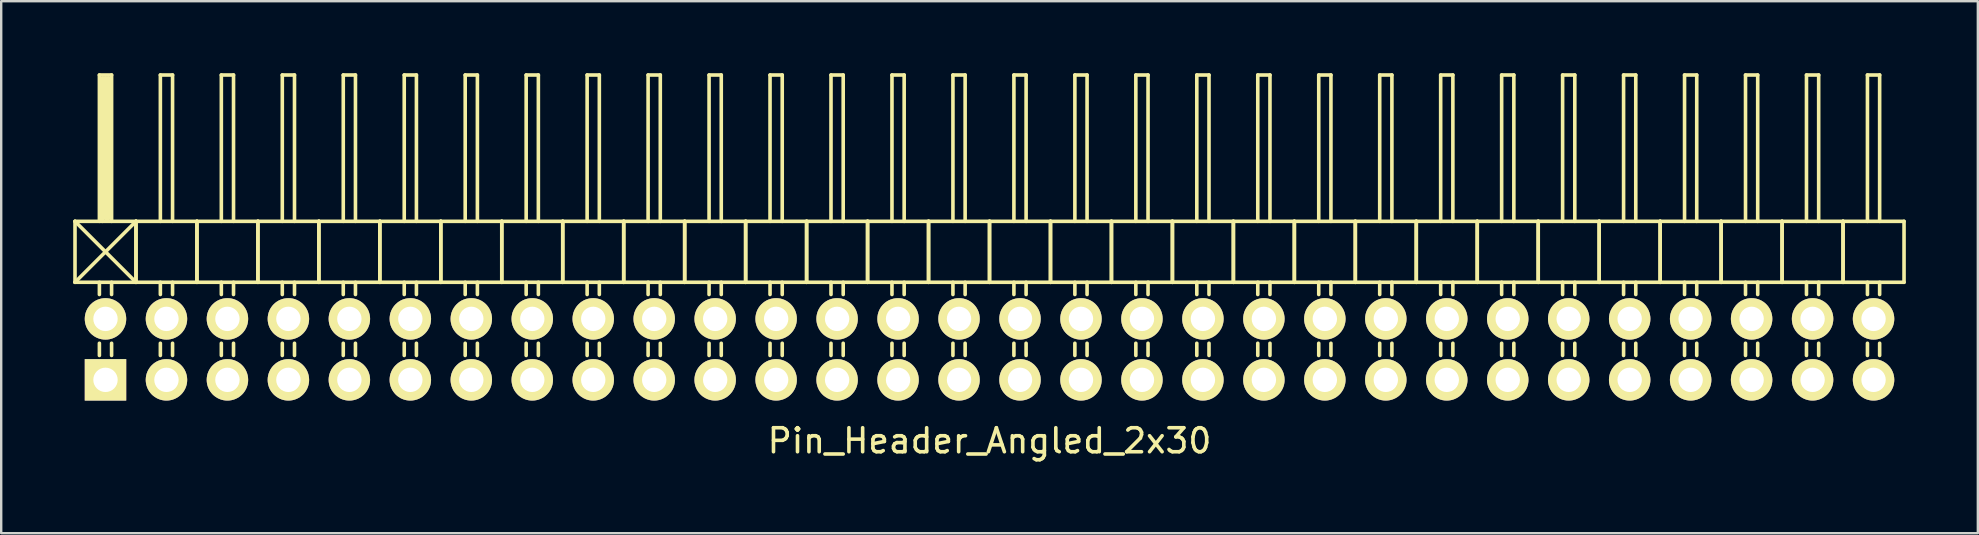
<source format=kicad_pcb>
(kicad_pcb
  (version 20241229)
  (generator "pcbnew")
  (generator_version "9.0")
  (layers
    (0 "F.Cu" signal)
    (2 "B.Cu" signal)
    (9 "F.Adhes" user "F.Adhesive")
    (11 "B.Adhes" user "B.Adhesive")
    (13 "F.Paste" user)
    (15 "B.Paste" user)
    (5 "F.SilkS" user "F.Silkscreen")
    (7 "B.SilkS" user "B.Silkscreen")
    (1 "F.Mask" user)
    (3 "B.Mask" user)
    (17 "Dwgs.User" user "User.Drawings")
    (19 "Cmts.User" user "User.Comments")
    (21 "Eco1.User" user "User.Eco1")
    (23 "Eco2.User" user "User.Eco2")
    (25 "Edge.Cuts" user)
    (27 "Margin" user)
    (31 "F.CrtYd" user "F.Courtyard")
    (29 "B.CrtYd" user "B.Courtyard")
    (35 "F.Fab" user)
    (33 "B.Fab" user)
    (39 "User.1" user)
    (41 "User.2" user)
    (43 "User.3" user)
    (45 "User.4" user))
  (footprint "Pin_Header_Angled_2x30"
    (layer "F.Cu")
    (at 38.175 11.505)
    (property "Reference" "Pin_Header_Angled_2x30" (at 0 3.81 0) (layer "F.SilkS") (effects (font (size 1 1) (thickness 0.15))))
    (attr through_hole)
    (fp_line (start -38.1 -5.334) (end -35.56 -2.794) (stroke (width 0.15) (type solid)) (layer "F.SilkS"))
    (fp_line (start -38.1 -2.794) (end -38.1 -5.334) (stroke (width 0.15) (type solid)) (layer "F.SilkS"))
    (fp_line (start -38.1 -2.794) (end -35.56 -5.334) (stroke (width 0.15) (type solid)) (layer "F.SilkS"))
    (fp_line (start -38.1 -2.794) (end -35.56 -2.794) (stroke (width 0.15) (type solid)) (layer "F.SilkS"))
    (fp_line (start -37.084 -11.43) (end -36.576 -11.43) (stroke (width 0.15) (type solid)) (layer "F.SilkS"))
    (fp_line (start -37.084 -5.334) (end -37.084 -11.43) (stroke (width 0.15) (type solid)) (layer "F.SilkS"))
    (fp_line (start -37.084 -2.794) (end -37.084 -2.286) (stroke (width 0.15) (type solid)) (layer "F.SilkS"))
    (fp_line (start -37.084 -0.254) (end -37.084 0.254) (stroke (width 0.15) (type solid)) (layer "F.SilkS"))
    (fp_line (start -36.957 -11.303) (end -36.703 -11.303) (stroke (width 0.15) (type solid)) (layer "F.SilkS"))
    (fp_line (start -36.957 -5.334) (end -36.957 -11.303) (stroke (width 0.15) (type solid)) (layer "F.SilkS"))
    (fp_line (start -36.83 -5.461) (end -36.83 -11.303) (stroke (width 0.15) (type solid)) (layer "F.SilkS"))
    (fp_line (start -36.703 -11.303) (end -36.703 -5.461) (stroke (width 0.15) (type solid)) (layer "F.SilkS"))
    (fp_line (start -36.703 -5.461) (end -36.83 -5.461) (stroke (width 0.15) (type solid)) (layer "F.SilkS"))
    (fp_line (start -36.576 -11.43) (end -36.576 -5.334) (stroke (width 0.15) (type solid)) (layer "F.SilkS"))
    (fp_line (start -36.576 -2.794) (end -36.576 -2.286) (stroke (width 0.15) (type solid)) (layer "F.SilkS"))
    (fp_line (start -36.576 -0.254) (end -36.576 0.254) (stroke (width 0.15) (type solid)) (layer "F.SilkS"))
    (fp_line (start -35.56 -5.334) (end -38.1 -5.334) (stroke (width 0.15) (type solid)) (layer "F.SilkS"))
    (fp_line (start -35.56 -2.794) (end -35.56 -5.334) (stroke (width 0.15) (type solid)) (layer "F.SilkS"))
    (fp_line (start -35.56 -2.794) (end -35.56 -5.334) (stroke (width 0.15) (type solid)) (layer "F.SilkS"))
    (fp_line (start -35.56 -2.794) (end -33.02 -2.794) (stroke (width 0.15) (type solid)) (layer "F.SilkS"))
    (fp_line (start -34.544 -11.43) (end -34.036 -11.43) (stroke (width 0.15) (type solid)) (layer "F.SilkS"))
    (fp_line (start -34.544 -5.334) (end -34.544 -11.43) (stroke (width 0.15) (type solid)) (layer "F.SilkS"))
    (fp_line (start -34.544 -2.794) (end -34.544 -2.286) (stroke (width 0.15) (type solid)) (layer "F.SilkS"))
    (fp_line (start -34.544 -0.254) (end -34.544 0.254) (stroke (width 0.15) (type solid)) (layer "F.SilkS"))
    (fp_line (start -34.036 -11.43) (end -34.036 -5.334) (stroke (width 0.15) (type solid)) (layer "F.SilkS"))
    (fp_line (start -34.036 -2.794) (end -34.036 -2.286) (stroke (width 0.15) (type solid)) (layer "F.SilkS"))
    (fp_line (start -34.036 -0.254) (end -34.036 0.254) (stroke (width 0.15) (type solid)) (layer "F.SilkS"))
    (fp_line (start -33.02 -5.334) (end -35.56 -5.334) (stroke (width 0.15) (type solid)) (layer "F.SilkS"))
    (fp_line (start -33.02 -2.794) (end -33.02 -5.334) (stroke (width 0.15) (type solid)) (layer "F.SilkS"))
    (fp_line (start -33.02 -2.794) (end -33.02 -5.334) (stroke (width 0.15) (type solid)) (layer "F.SilkS"))
    (fp_line (start -33.02 -2.794) (end -30.48 -2.794) (stroke (width 0.15) (type solid)) (layer "F.SilkS"))
    (fp_line (start -32.004 -11.43) (end -31.496 -11.43) (stroke (width 0.15) (type solid)) (layer "F.SilkS"))
    (fp_line (start -32.004 -5.334) (end -32.004 -11.43) (stroke (width 0.15) (type solid)) (layer "F.SilkS"))
    (fp_line (start -32.004 -2.794) (end -32.004 -2.286) (stroke (width 0.15) (type solid)) (layer "F.SilkS"))
    (fp_line (start -32.004 -0.254) (end -32.004 0.254) (stroke (width 0.15) (type solid)) (layer "F.SilkS"))
    (fp_line (start -31.496 -11.43) (end -31.496 -5.334) (stroke (width 0.15) (type solid)) (layer "F.SilkS"))
    (fp_line (start -31.496 -2.794) (end -31.496 -2.286) (stroke (width 0.15) (type solid)) (layer "F.SilkS"))
    (fp_line (start -31.496 -0.254) (end -31.496 0.254) (stroke (width 0.15) (type solid)) (layer "F.SilkS"))
    (fp_line (start -30.48 -5.334) (end -33.02 -5.334) (stroke (width 0.15) (type solid)) (layer "F.SilkS"))
    (fp_line (start -30.48 -2.794) (end -30.48 -5.334) (stroke (width 0.15) (type solid)) (layer "F.SilkS"))
    (fp_line (start -30.48 -2.794) (end -30.48 -5.334) (stroke (width 0.15) (type solid)) (layer "F.SilkS"))
    (fp_line (start -30.48 -2.794) (end -27.94 -2.794) (stroke (width 0.15) (type solid)) (layer "F.SilkS"))
    (fp_line (start -29.464 -11.43) (end -28.956 -11.43) (stroke (width 0.15) (type solid)) (layer "F.SilkS"))
    (fp_line (start -29.464 -5.334) (end -29.464 -11.43) (stroke (width 0.15) (type solid)) (layer "F.SilkS"))
    (fp_line (start -29.464 -2.794) (end -29.464 -2.286) (stroke (width 0.15) (type solid)) (layer "F.SilkS"))
    (fp_line (start -29.464 -0.254) (end -29.464 0.254) (stroke (width 0.15) (type solid)) (layer "F.SilkS"))
    (fp_line (start -28.956 -11.43) (end -28.956 -5.334) (stroke (width 0.15) (type solid)) (layer "F.SilkS"))
    (fp_line (start -28.956 -2.794) (end -28.956 -2.286) (stroke (width 0.15) (type solid)) (layer "F.SilkS"))
    (fp_line (start -28.956 -0.254) (end -28.956 0.254) (stroke (width 0.15) (type solid)) (layer "F.SilkS"))
    (fp_line (start -27.94 -5.334) (end -30.48 -5.334) (stroke (width 0.15) (type solid)) (layer "F.SilkS"))
    (fp_line (start -27.94 -2.794) (end -27.94 -5.334) (stroke (width 0.15) (type solid)) (layer "F.SilkS"))
    (fp_line (start -27.94 -2.794) (end -27.94 -5.334) (stroke (width 0.15) (type solid)) (layer "F.SilkS"))
    (fp_line (start -27.94 -2.794) (end -25.4 -2.794) (stroke (width 0.15) (type solid)) (layer "F.SilkS"))
    (fp_line (start -26.924 -11.43) (end -26.416 -11.43) (stroke (width 0.15) (type solid)) (layer "F.SilkS"))
    (fp_line (start -26.924 -5.334) (end -26.924 -11.43) (stroke (width 0.15) (type solid)) (layer "F.SilkS"))
    (fp_line (start -26.924 -2.794) (end -26.924 -2.286) (stroke (width 0.15) (type solid)) (layer "F.SilkS"))
    (fp_line (start -26.924 -0.254) (end -26.924 0.254) (stroke (width 0.15) (type solid)) (layer "F.SilkS"))
    (fp_line (start -26.416 -11.43) (end -26.416 -5.334) (stroke (width 0.15) (type solid)) (layer "F.SilkS"))
    (fp_line (start -26.416 -2.794) (end -26.416 -2.286) (stroke (width 0.15) (type solid)) (layer "F.SilkS"))
    (fp_line (start -26.416 -0.254) (end -26.416 0.254) (stroke (width 0.15) (type solid)) (layer "F.SilkS"))
    (fp_line (start -25.4 -5.334) (end -27.94 -5.334) (stroke (width 0.15) (type solid)) (layer "F.SilkS"))
    (fp_line (start -25.4 -2.794) (end -25.4 -5.334) (stroke (width 0.15) (type solid)) (layer "F.SilkS"))
    (fp_line (start -25.4 -2.794) (end -25.4 -5.334) (stroke (width 0.15) (type solid)) (layer "F.SilkS"))
    (fp_line (start -25.4 -2.794) (end -22.86 -2.794) (stroke (width 0.15) (type solid)) (layer "F.SilkS"))
    (fp_line (start -24.384 -11.43) (end -23.876 -11.43) (stroke (width 0.15) (type solid)) (layer "F.SilkS"))
    (fp_line (start -24.384 -5.334) (end -24.384 -11.43) (stroke (width 0.15) (type solid)) (layer "F.SilkS"))
    (fp_line (start -24.384 -2.794) (end -24.384 -2.286) (stroke (width 0.15) (type solid)) (layer "F.SilkS"))
    (fp_line (start -24.384 -0.254) (end -24.384 0.254) (stroke (width 0.15) (type solid)) (layer "F.SilkS"))
    (fp_line (start -23.876 -11.43) (end -23.876 -5.334) (stroke (width 0.15) (type solid)) (layer "F.SilkS"))
    (fp_line (start -23.876 -2.794) (end -23.876 -2.286) (stroke (width 0.15) (type solid)) (layer "F.SilkS"))
    (fp_line (start -23.876 -0.254) (end -23.876 0.254) (stroke (width 0.15) (type solid)) (layer "F.SilkS"))
    (fp_line (start -22.86 -5.334) (end -25.4 -5.334) (stroke (width 0.15) (type solid)) (layer "F.SilkS"))
    (fp_line (start -22.86 -2.794) (end -22.86 -5.334) (stroke (width 0.15) (type solid)) (layer "F.SilkS"))
    (fp_line (start -22.86 -2.794) (end -22.86 -5.334) (stroke (width 0.15) (type solid)) (layer "F.SilkS"))
    (fp_line (start -22.86 -2.794) (end -20.32 -2.794) (stroke (width 0.15) (type solid)) (layer "F.SilkS"))
    (fp_line (start -21.844 -11.43) (end -21.336 -11.43) (stroke (width 0.15) (type solid)) (layer "F.SilkS"))
    (fp_line (start -21.844 -5.334) (end -21.844 -11.43) (stroke (width 0.15) (type solid)) (layer "F.SilkS"))
    (fp_line (start -21.844 -2.794) (end -21.844 -2.286) (stroke (width 0.15) (type solid)) (layer "F.SilkS"))
    (fp_line (start -21.844 -0.254) (end -21.844 0.254) (stroke (width 0.15) (type solid)) (layer "F.SilkS"))
    (fp_line (start -21.336 -11.43) (end -21.336 -5.334) (stroke (width 0.15) (type solid)) (layer "F.SilkS"))
    (fp_line (start -21.336 -2.794) (end -21.336 -2.286) (stroke (width 0.15) (type solid)) (layer "F.SilkS"))
    (fp_line (start -21.336 -0.254) (end -21.336 0.254) (stroke (width 0.15) (type solid)) (layer "F.SilkS"))
    (fp_line (start -20.32 -5.334) (end -22.86 -5.334) (stroke (width 0.15) (type solid)) (layer "F.SilkS"))
    (fp_line (start -20.32 -2.794) (end -20.32 -5.334) (stroke (width 0.15) (type solid)) (layer "F.SilkS"))
    (fp_line (start -20.32 -2.794) (end -20.32 -5.334) (stroke (width 0.15) (type solid)) (layer "F.SilkS"))
    (fp_line (start -20.32 -2.794) (end -17.78 -2.794) (stroke (width 0.15) (type solid)) (layer "F.SilkS"))
    (fp_line (start -19.304 -11.43) (end -18.796 -11.43) (stroke (width 0.15) (type solid)) (layer "F.SilkS"))
    (fp_line (start -19.304 -5.334) (end -19.304 -11.43) (stroke (width 0.15) (type solid)) (layer "F.SilkS"))
    (fp_line (start -19.304 -2.794) (end -19.304 -2.286) (stroke (width 0.15) (type solid)) (layer "F.SilkS"))
    (fp_line (start -19.304 -0.254) (end -19.304 0.254) (stroke (width 0.15) (type solid)) (layer "F.SilkS"))
    (fp_line (start -18.796 -11.43) (end -18.796 -5.334) (stroke (width 0.15) (type solid)) (layer "F.SilkS"))
    (fp_line (start -18.796 -2.794) (end -18.796 -2.286) (stroke (width 0.15) (type solid)) (layer "F.SilkS"))
    (fp_line (start -18.796 -0.254) (end -18.796 0.254) (stroke (width 0.15) (type solid)) (layer "F.SilkS"))
    (fp_line (start -17.78 -5.334) (end -20.32 -5.334) (stroke (width 0.15) (type solid)) (layer "F.SilkS"))
    (fp_line (start -17.78 -2.794) (end -17.78 -5.334) (stroke (width 0.15) (type solid)) (layer "F.SilkS"))
    (fp_line (start -17.78 -2.794) (end -17.78 -5.334) (stroke (width 0.15) (type solid)) (layer "F.SilkS"))
    (fp_line (start -17.78 -2.794) (end -15.24 -2.794) (stroke (width 0.15) (type solid)) (layer "F.SilkS"))
    (fp_line (start -16.764 -11.43) (end -16.256 -11.43) (stroke (width 0.15) (type solid)) (layer "F.SilkS"))
    (fp_line (start -16.764 -5.334) (end -16.764 -11.43) (stroke (width 0.15) (type solid)) (layer "F.SilkS"))
    (fp_line (start -16.764 -2.794) (end -16.764 -2.286) (stroke (width 0.15) (type solid)) (layer "F.SilkS"))
    (fp_line (start -16.764 -0.254) (end -16.764 0.254) (stroke (width 0.15) (type solid)) (layer "F.SilkS"))
    (fp_line (start -16.256 -11.43) (end -16.256 -5.334) (stroke (width 0.15) (type solid)) (layer "F.SilkS"))
    (fp_line (start -16.256 -2.794) (end -16.256 -2.286) (stroke (width 0.15) (type solid)) (layer "F.SilkS"))
    (fp_line (start -16.256 -0.254) (end -16.256 0.254) (stroke (width 0.15) (type solid)) (layer "F.SilkS"))
    (fp_line (start -15.24 -5.334) (end -17.78 -5.334) (stroke (width 0.15) (type solid)) (layer "F.SilkS"))
    (fp_line (start -15.24 -2.794) (end -15.24 -5.334) (stroke (width 0.15) (type solid)) (layer "F.SilkS"))
    (fp_line (start -15.24 -2.794) (end -15.24 -5.334) (stroke (width 0.15) (type solid)) (layer "F.SilkS"))
    (fp_line (start -15.24 -2.794) (end -12.7 -2.794) (stroke (width 0.15) (type solid)) (layer "F.SilkS"))
    (fp_line (start -14.224 -11.43) (end -13.716 -11.43) (stroke (width 0.15) (type solid)) (layer "F.SilkS"))
    (fp_line (start -14.224 -5.334) (end -14.224 -11.43) (stroke (width 0.15) (type solid)) (layer "F.SilkS"))
    (fp_line (start -14.224 -2.794) (end -14.224 -2.286) (stroke (width 0.15) (type solid)) (layer "F.SilkS"))
    (fp_line (start -14.224 -0.254) (end -14.224 0.254) (stroke (width 0.15) (type solid)) (layer "F.SilkS"))
    (fp_line (start -13.716 -11.43) (end -13.716 -5.334) (stroke (width 0.15) (type solid)) (layer "F.SilkS"))
    (fp_line (start -13.716 -2.794) (end -13.716 -2.286) (stroke (width 0.15) (type solid)) (layer "F.SilkS"))
    (fp_line (start -13.716 -0.254) (end -13.716 0.254) (stroke (width 0.15) (type solid)) (layer "F.SilkS"))
    (fp_line (start -12.7 -5.334) (end -15.24 -5.334) (stroke (width 0.15) (type solid)) (layer "F.SilkS"))
    (fp_line (start -12.7 -2.794) (end -12.7 -5.334) (stroke (width 0.15) (type solid)) (layer "F.SilkS"))
    (fp_line (start -12.7 -2.794) (end -12.7 -5.334) (stroke (width 0.15) (type solid)) (layer "F.SilkS"))
    (fp_line (start -12.7 -2.794) (end -10.16 -2.794) (stroke (width 0.15) (type solid)) (layer "F.SilkS"))
    (fp_line (start -11.684 -11.43) (end -11.176 -11.43) (stroke (width 0.15) (type solid)) (layer "F.SilkS"))
    (fp_line (start -11.684 -5.334) (end -11.684 -11.43) (stroke (width 0.15) (type solid)) (layer "F.SilkS"))
    (fp_line (start -11.684 -2.794) (end -11.684 -2.286) (stroke (width 0.15) (type solid)) (layer "F.SilkS"))
    (fp_line (start -11.684 -0.254) (end -11.684 0.254) (stroke (width 0.15) (type solid)) (layer "F.SilkS"))
    (fp_line (start -11.176 -11.43) (end -11.176 -5.334) (stroke (width 0.15) (type solid)) (layer "F.SilkS"))
    (fp_line (start -11.176 -2.794) (end -11.176 -2.286) (stroke (width 0.15) (type solid)) (layer "F.SilkS"))
    (fp_line (start -11.176 -0.254) (end -11.176 0.254) (stroke (width 0.15) (type solid)) (layer "F.SilkS"))
    (fp_line (start -10.16 -5.334) (end -12.7 -5.334) (stroke (width 0.15) (type solid)) (layer "F.SilkS"))
    (fp_line (start -10.16 -2.794) (end -10.16 -5.334) (stroke (width 0.15) (type solid)) (layer "F.SilkS"))
    (fp_line (start -10.16 -2.794) (end -10.16 -5.334) (stroke (width 0.15) (type solid)) (layer "F.SilkS"))
    (fp_line (start -10.16 -2.794) (end -7.62 -2.794) (stroke (width 0.15) (type solid)) (layer "F.SilkS"))
    (fp_line (start -9.144 -11.43) (end -8.636 -11.43) (stroke (width 0.15) (type solid)) (layer "F.SilkS"))
    (fp_line (start -9.144 -5.334) (end -9.144 -11.43) (stroke (width 0.15) (type solid)) (layer "F.SilkS"))
    (fp_line (start -9.144 -2.794) (end -9.144 -2.286) (stroke (width 0.15) (type solid)) (layer "F.SilkS"))
    (fp_line (start -9.144 -0.254) (end -9.144 0.254) (stroke (width 0.15) (type solid)) (layer "F.SilkS"))
    (fp_line (start -8.636 -11.43) (end -8.636 -5.334) (stroke (width 0.15) (type solid)) (layer "F.SilkS"))
    (fp_line (start -8.636 -2.794) (end -8.636 -2.286) (stroke (width 0.15) (type solid)) (layer "F.SilkS"))
    (fp_line (start -8.636 -0.254) (end -8.636 0.254) (stroke (width 0.15) (type solid)) (layer "F.SilkS"))
    (fp_line (start -7.62 -5.334) (end -10.16 -5.334) (stroke (width 0.15) (type solid)) (layer "F.SilkS"))
    (fp_line (start -7.62 -2.794) (end -7.62 -5.334) (stroke (width 0.15) (type solid)) (layer "F.SilkS"))
    (fp_line (start -7.62 -2.794) (end -7.62 -5.334) (stroke (width 0.15) (type solid)) (layer "F.SilkS"))
    (fp_line (start -7.62 -2.794) (end -5.08 -2.794) (stroke (width 0.15) (type solid)) (layer "F.SilkS"))
    (fp_line (start -6.604 -11.43) (end -6.096 -11.43) (stroke (width 0.15) (type solid)) (layer "F.SilkS"))
    (fp_line (start -6.604 -5.334) (end -6.604 -11.43) (stroke (width 0.15) (type solid)) (layer "F.SilkS"))
    (fp_line (start -6.604 -2.794) (end -6.604 -2.286) (stroke (width 0.15) (type solid)) (layer "F.SilkS"))
    (fp_line (start -6.604 -0.254) (end -6.604 0.254) (stroke (width 0.15) (type solid)) (layer "F.SilkS"))
    (fp_line (start -6.096 -11.43) (end -6.096 -5.334) (stroke (width 0.15) (type solid)) (layer "F.SilkS"))
    (fp_line (start -6.096 -2.794) (end -6.096 -2.286) (stroke (width 0.15) (type solid)) (layer "F.SilkS"))
    (fp_line (start -6.096 -0.254) (end -6.096 0.254) (stroke (width 0.15) (type solid)) (layer "F.SilkS"))
    (fp_line (start -5.08 -5.334) (end -7.62 -5.334) (stroke (width 0.15) (type solid)) (layer "F.SilkS"))
    (fp_line (start -5.08 -2.794) (end -5.08 -5.334) (stroke (width 0.15) (type solid)) (layer "F.SilkS"))
    (fp_line (start -5.08 -2.794) (end -5.08 -5.334) (stroke (width 0.15) (type solid)) (layer "F.SilkS"))
    (fp_line (start -5.08 -2.794) (end -2.54 -2.794) (stroke (width 0.15) (type solid)) (layer "F.SilkS"))
    (fp_line (start -4.064 -11.43) (end -3.556 -11.43) (stroke (width 0.15) (type solid)) (layer "F.SilkS"))
    (fp_line (start -4.064 -5.334) (end -4.064 -11.43) (stroke (width 0.15) (type solid)) (layer "F.SilkS"))
    (fp_line (start -4.064 -2.794) (end -4.064 -2.286) (stroke (width 0.15) (type solid)) (layer "F.SilkS"))
    (fp_line (start -4.064 -0.254) (end -4.064 0.254) (stroke (width 0.15) (type solid)) (layer "F.SilkS"))
    (fp_line (start -3.556 -11.43) (end -3.556 -5.334) (stroke (width 0.15) (type solid)) (layer "F.SilkS"))
    (fp_line (start -3.556 -2.794) (end -3.556 -2.286) (stroke (width 0.15) (type solid)) (layer "F.SilkS"))
    (fp_line (start -3.556 -0.254) (end -3.556 0.254) (stroke (width 0.15) (type solid)) (layer "F.SilkS"))
    (fp_line (start -2.54 -5.334) (end -5.08 -5.334) (stroke (width 0.15) (type solid)) (layer "F.SilkS"))
    (fp_line (start -2.54 -2.794) (end -2.54 -5.334) (stroke (width 0.15) (type solid)) (layer "F.SilkS"))
    (fp_line (start -2.54 -2.794) (end -2.54 -5.334) (stroke (width 0.15) (type solid)) (layer "F.SilkS"))
    (fp_line (start -2.54 -2.794) (end 0 -2.794) (stroke (width 0.15) (type solid)) (layer "F.SilkS"))
    (fp_line (start -1.524 -11.43) (end -1.016 -11.43) (stroke (width 0.15) (type solid)) (layer "F.SilkS"))
    (fp_line (start -1.524 -5.334) (end -1.524 -11.43) (stroke (width 0.15) (type solid)) (layer "F.SilkS"))
    (fp_line (start -1.524 -2.794) (end -1.524 -2.286) (stroke (width 0.15) (type solid)) (layer "F.SilkS"))
    (fp_line (start -1.524 -0.254) (end -1.524 0.254) (stroke (width 0.15) (type solid)) (layer "F.SilkS"))
    (fp_line (start -1.016 -11.43) (end -1.016 -5.334) (stroke (width 0.15) (type solid)) (layer "F.SilkS"))
    (fp_line (start -1.016 -2.794) (end -1.016 -2.286) (stroke (width 0.15) (type solid)) (layer "F.SilkS"))
    (fp_line (start -1.016 -0.254) (end -1.016 0.254) (stroke (width 0.15) (type solid)) (layer "F.SilkS"))
    (fp_line (start 0 -5.334) (end -2.54 -5.334) (stroke (width 0.15) (type solid)) (layer "F.SilkS"))
    (fp_line (start 0 -2.794) (end 0 -5.334) (stroke (width 0.15) (type solid)) (layer "F.SilkS"))
    (fp_line (start 0 -2.794) (end 0 -5.334) (stroke (width 0.15) (type solid)) (layer "F.SilkS"))
    (fp_line (start 0 -2.794) (end 2.54 -2.794) (stroke (width 0.15) (type solid)) (layer "F.SilkS"))
    (fp_line (start 1.016 -11.43) (end 1.524 -11.43) (stroke (width 0.15) (type solid)) (layer "F.SilkS"))
    (fp_line (start 1.016 -5.334) (end 1.016 -11.43) (stroke (width 0.15) (type solid)) (layer "F.SilkS"))
    (fp_line (start 1.016 -2.794) (end 1.016 -2.286) (stroke (width 0.15) (type solid)) (layer "F.SilkS"))
    (fp_line (start 1.016 -0.254) (end 1.016 0.254) (stroke (width 0.15) (type solid)) (layer "F.SilkS"))
    (fp_line (start 1.524 -11.43) (end 1.524 -5.334) (stroke (width 0.15) (type solid)) (layer "F.SilkS"))
    (fp_line (start 1.524 -2.794) (end 1.524 -2.286) (stroke (width 0.15) (type solid)) (layer "F.SilkS"))
    (fp_line (start 1.524 -0.254) (end 1.524 0.254) (stroke (width 0.15) (type solid)) (layer "F.SilkS"))
    (fp_line (start 2.54 -5.334) (end 0 -5.334) (stroke (width 0.15) (type solid)) (layer "F.SilkS"))
    (fp_line (start 2.54 -2.794) (end 2.54 -5.334) (stroke (width 0.15) (type solid)) (layer "F.SilkS"))
    (fp_line (start 2.54 -2.794) (end 2.54 -5.334) (stroke (width 0.15) (type solid)) (layer "F.SilkS"))
    (fp_line (start 2.54 -2.794) (end 5.08 -2.794) (stroke (width 0.15) (type solid)) (layer "F.SilkS"))
    (fp_line (start 3.556 -11.43) (end 4.064 -11.43) (stroke (width 0.15) (type solid)) (layer "F.SilkS"))
    (fp_line (start 3.556 -5.334) (end 3.556 -11.43) (stroke (width 0.15) (type solid)) (layer "F.SilkS"))
    (fp_line (start 3.556 -2.794) (end 3.556 -2.286) (stroke (width 0.15) (type solid)) (layer "F.SilkS"))
    (fp_line (start 3.556 -0.254) (end 3.556 0.254) (stroke (width 0.15) (type solid)) (layer "F.SilkS"))
    (fp_line (start 4.064 -11.43) (end 4.064 -5.334) (stroke (width 0.15) (type solid)) (layer "F.SilkS"))
    (fp_line (start 4.064 -2.794) (end 4.064 -2.286) (stroke (width 0.15) (type solid)) (layer "F.SilkS"))
    (fp_line (start 4.064 -0.254) (end 4.064 0.254) (stroke (width 0.15) (type solid)) (layer "F.SilkS"))
    (fp_line (start 5.08 -5.334) (end 2.54 -5.334) (stroke (width 0.15) (type solid)) (layer "F.SilkS"))
    (fp_line (start 5.08 -2.794) (end 5.08 -5.334) (stroke (width 0.15) (type solid)) (layer "F.SilkS"))
    (fp_line (start 5.08 -2.794) (end 5.08 -5.334) (stroke (width 0.15) (type solid)) (layer "F.SilkS"))
    (fp_line (start 5.08 -2.794) (end 7.62 -2.794) (stroke (width 0.15) (type solid)) (layer "F.SilkS"))
    (fp_line (start 6.096 -11.43) (end 6.604 -11.43) (stroke (width 0.15) (type solid)) (layer "F.SilkS"))
    (fp_line (start 6.096 -5.334) (end 6.096 -11.43) (stroke (width 0.15) (type solid)) (layer "F.SilkS"))
    (fp_line (start 6.096 -2.794) (end 6.096 -2.286) (stroke (width 0.15) (type solid)) (layer "F.SilkS"))
    (fp_line (start 6.096 -0.254) (end 6.096 0.254) (stroke (width 0.15) (type solid)) (layer "F.SilkS"))
    (fp_line (start 6.604 -11.43) (end 6.604 -5.334) (stroke (width 0.15) (type solid)) (layer "F.SilkS"))
    (fp_line (start 6.604 -2.794) (end 6.604 -2.286) (stroke (width 0.15) (type solid)) (layer "F.SilkS"))
    (fp_line (start 6.604 -0.254) (end 6.604 0.254) (stroke (width 0.15) (type solid)) (layer "F.SilkS"))
    (fp_line (start 7.62 -5.334) (end 5.08 -5.334) (stroke (width 0.15) (type solid)) (layer "F.SilkS"))
    (fp_line (start 7.62 -2.794) (end 7.62 -5.334) (stroke (width 0.15) (type solid)) (layer "F.SilkS"))
    (fp_line (start 7.62 -2.794) (end 7.62 -5.334) (stroke (width 0.15) (type solid)) (layer "F.SilkS"))
    (fp_line (start 7.62 -2.794) (end 10.16 -2.794) (stroke (width 0.15) (type solid)) (layer "F.SilkS"))
    (fp_line (start 8.636 -11.43) (end 9.144 -11.43) (stroke (width 0.15) (type solid)) (layer "F.SilkS"))
    (fp_line (start 8.636 -5.334) (end 8.636 -11.43) (stroke (width 0.15) (type solid)) (layer "F.SilkS"))
    (fp_line (start 8.636 -2.794) (end 8.636 -2.286) (stroke (width 0.15) (type solid)) (layer "F.SilkS"))
    (fp_line (start 8.636 -0.254) (end 8.636 0.254) (stroke (width 0.15) (type solid)) (layer "F.SilkS"))
    (fp_line (start 9.144 -11.43) (end 9.144 -5.334) (stroke (width 0.15) (type solid)) (layer "F.SilkS"))
    (fp_line (start 9.144 -2.794) (end 9.144 -2.286) (stroke (width 0.15) (type solid)) (layer "F.SilkS"))
    (fp_line (start 9.144 -0.254) (end 9.144 0.254) (stroke (width 0.15) (type solid)) (layer "F.SilkS"))
    (fp_line (start 10.16 -5.334) (end 7.62 -5.334) (stroke (width 0.15) (type solid)) (layer "F.SilkS"))
    (fp_line (start 10.16 -2.794) (end 10.16 -5.334) (stroke (width 0.15) (type solid)) (layer "F.SilkS"))
    (fp_line (start 10.16 -2.794) (end 10.16 -5.334) (stroke (width 0.15) (type solid)) (layer "F.SilkS"))
    (fp_line (start 10.16 -2.794) (end 12.7 -2.794) (stroke (width 0.15) (type solid)) (layer "F.SilkS"))
    (fp_line (start 11.176 -11.43) (end 11.684 -11.43) (stroke (width 0.15) (type solid)) (layer "F.SilkS"))
    (fp_line (start 11.176 -5.334) (end 11.176 -11.43) (stroke (width 0.15) (type solid)) (layer "F.SilkS"))
    (fp_line (start 11.176 -2.794) (end 11.176 -2.286) (stroke (width 0.15) (type solid)) (layer "F.SilkS"))
    (fp_line (start 11.176 -0.254) (end 11.176 0.254) (stroke (width 0.15) (type solid)) (layer "F.SilkS"))
    (fp_line (start 11.684 -11.43) (end 11.684 -5.334) (stroke (width 0.15) (type solid)) (layer "F.SilkS"))
    (fp_line (start 11.684 -2.794) (end 11.684 -2.286) (stroke (width 0.15) (type solid)) (layer "F.SilkS"))
    (fp_line (start 11.684 -0.254) (end 11.684 0.254) (stroke (width 0.15) (type solid)) (layer "F.SilkS"))
    (fp_line (start 12.7 -5.334) (end 10.16 -5.334) (stroke (width 0.15) (type solid)) (layer "F.SilkS"))
    (fp_line (start 12.7 -2.794) (end 12.7 -5.334) (stroke (width 0.15) (type solid)) (layer "F.SilkS"))
    (fp_line (start 12.7 -2.794) (end 12.7 -5.334) (stroke (width 0.15) (type solid)) (layer "F.SilkS"))
    (fp_line (start 12.7 -2.794) (end 15.24 -2.794) (stroke (width 0.15) (type solid)) (layer "F.SilkS"))
    (fp_line (start 13.716 -11.43) (end 14.224 -11.43) (stroke (width 0.15) (type solid)) (layer "F.SilkS"))
    (fp_line (start 13.716 -5.334) (end 13.716 -11.43) (stroke (width 0.15) (type solid)) (layer "F.SilkS"))
    (fp_line (start 13.716 -2.794) (end 13.716 -2.286) (stroke (width 0.15) (type solid)) (layer "F.SilkS"))
    (fp_line (start 13.716 -0.254) (end 13.716 0.254) (stroke (width 0.15) (type solid)) (layer "F.SilkS"))
    (fp_line (start 14.224 -11.43) (end 14.224 -5.334) (stroke (width 0.15) (type solid)) (layer "F.SilkS"))
    (fp_line (start 14.224 -2.794) (end 14.224 -2.286) (stroke (width 0.15) (type solid)) (layer "F.SilkS"))
    (fp_line (start 14.224 -0.254) (end 14.224 0.254) (stroke (width 0.15) (type solid)) (layer "F.SilkS"))
    (fp_line (start 15.24 -5.334) (end 12.7 -5.334) (stroke (width 0.15) (type solid)) (layer "F.SilkS"))
    (fp_line (start 15.24 -2.794) (end 15.24 -5.334) (stroke (width 0.15) (type solid)) (layer "F.SilkS"))
    (fp_line (start 15.24 -2.794) (end 15.24 -5.334) (stroke (width 0.15) (type solid)) (layer "F.SilkS"))
    (fp_line (start 15.24 -2.794) (end 17.78 -2.794) (stroke (width 0.15) (type solid)) (layer "F.SilkS"))
    (fp_line (start 16.256 -11.43) (end 16.764 -11.43) (stroke (width 0.15) (type solid)) (layer "F.SilkS"))
    (fp_line (start 16.256 -5.334) (end 16.256 -11.43) (stroke (width 0.15) (type solid)) (layer "F.SilkS"))
    (fp_line (start 16.256 -2.794) (end 16.256 -2.286) (stroke (width 0.15) (type solid)) (layer "F.SilkS"))
    (fp_line (start 16.256 -0.254) (end 16.256 0.254) (stroke (width 0.15) (type solid)) (layer "F.SilkS"))
    (fp_line (start 16.764 -11.43) (end 16.764 -5.334) (stroke (width 0.15) (type solid)) (layer "F.SilkS"))
    (fp_line (start 16.764 -2.794) (end 16.764 -2.286) (stroke (width 0.15) (type solid)) (layer "F.SilkS"))
    (fp_line (start 16.764 -0.254) (end 16.764 0.254) (stroke (width 0.15) (type solid)) (layer "F.SilkS"))
    (fp_line (start 17.78 -5.334) (end 15.24 -5.334) (stroke (width 0.15) (type solid)) (layer "F.SilkS"))
    (fp_line (start 17.78 -2.794) (end 17.78 -5.334) (stroke (width 0.15) (type solid)) (layer "F.SilkS"))
    (fp_line (start 17.78 -2.794) (end 17.78 -5.334) (stroke (width 0.15) (type solid)) (layer "F.SilkS"))
    (fp_line (start 17.78 -2.794) (end 20.32 -2.794) (stroke (width 0.15) (type solid)) (layer "F.SilkS"))
    (fp_line (start 18.796 -11.43) (end 19.304 -11.43) (stroke (width 0.15) (type solid)) (layer "F.SilkS"))
    (fp_line (start 18.796 -5.334) (end 18.796 -11.43) (stroke (width 0.15) (type solid)) (layer "F.SilkS"))
    (fp_line (start 18.796 -2.794) (end 18.796 -2.286) (stroke (width 0.15) (type solid)) (layer "F.SilkS"))
    (fp_line (start 18.796 -0.254) (end 18.796 0.254) (stroke (width 0.15) (type solid)) (layer "F.SilkS"))
    (fp_line (start 19.304 -11.43) (end 19.304 -5.334) (stroke (width 0.15) (type solid)) (layer "F.SilkS"))
    (fp_line (start 19.304 -2.794) (end 19.304 -2.286) (stroke (width 0.15) (type solid)) (layer "F.SilkS"))
    (fp_line (start 19.304 -0.254) (end 19.304 0.254) (stroke (width 0.15) (type solid)) (layer "F.SilkS"))
    (fp_line (start 20.32 -5.334) (end 17.78 -5.334) (stroke (width 0.15) (type solid)) (layer "F.SilkS"))
    (fp_line (start 20.32 -2.794) (end 20.32 -5.334) (stroke (width 0.15) (type solid)) (layer "F.SilkS"))
    (fp_line (start 20.32 -2.794) (end 20.32 -5.334) (stroke (width 0.15) (type solid)) (layer "F.SilkS"))
    (fp_line (start 20.32 -2.794) (end 22.86 -2.794) (stroke (width 0.15) (type solid)) (layer "F.SilkS"))
    (fp_line (start 21.336 -11.43) (end 21.844 -11.43) (stroke (width 0.15) (type solid)) (layer "F.SilkS"))
    (fp_line (start 21.336 -5.334) (end 21.336 -11.43) (stroke (width 0.15) (type solid)) (layer "F.SilkS"))
    (fp_line (start 21.336 -2.794) (end 21.336 -2.286) (stroke (width 0.15) (type solid)) (layer "F.SilkS"))
    (fp_line (start 21.336 -0.254) (end 21.336 0.254) (stroke (width 0.15) (type solid)) (layer "F.SilkS"))
    (fp_line (start 21.844 -11.43) (end 21.844 -5.334) (stroke (width 0.15) (type solid)) (layer "F.SilkS"))
    (fp_line (start 21.844 -2.794) (end 21.844 -2.286) (stroke (width 0.15) (type solid)) (layer "F.SilkS"))
    (fp_line (start 21.844 -0.254) (end 21.844 0.254) (stroke (width 0.15) (type solid)) (layer "F.SilkS"))
    (fp_line (start 22.86 -5.334) (end 20.32 -5.334) (stroke (width 0.15) (type solid)) (layer "F.SilkS"))
    (fp_line (start 22.86 -2.794) (end 22.86 -5.334) (stroke (width 0.15) (type solid)) (layer "F.SilkS"))
    (fp_line (start 22.86 -2.794) (end 22.86 -5.334) (stroke (width 0.15) (type solid)) (layer "F.SilkS"))
    (fp_line (start 22.86 -2.794) (end 25.4 -2.794) (stroke (width 0.15) (type solid)) (layer "F.SilkS"))
    (fp_line (start 23.876 -11.43) (end 24.384 -11.43) (stroke (width 0.15) (type solid)) (layer "F.SilkS"))
    (fp_line (start 23.876 -5.334) (end 23.876 -11.43) (stroke (width 0.15) (type solid)) (layer "F.SilkS"))
    (fp_line (start 23.876 -2.794) (end 23.876 -2.286) (stroke (width 0.15) (type solid)) (layer "F.SilkS"))
    (fp_line (start 23.876 -0.254) (end 23.876 0.254) (stroke (width 0.15) (type solid)) (layer "F.SilkS"))
    (fp_line (start 24.384 -11.43) (end 24.384 -5.334) (stroke (width 0.15) (type solid)) (layer "F.SilkS"))
    (fp_line (start 24.384 -2.794) (end 24.384 -2.286) (stroke (width 0.15) (type solid)) (layer "F.SilkS"))
    (fp_line (start 24.384 -0.254) (end 24.384 0.254) (stroke (width 0.15) (type solid)) (layer "F.SilkS"))
    (fp_line (start 25.4 -5.334) (end 22.86 -5.334) (stroke (width 0.15) (type solid)) (layer "F.SilkS"))
    (fp_line (start 25.4 -2.794) (end 25.4 -5.334) (stroke (width 0.15) (type solid)) (layer "F.SilkS"))
    (fp_line (start 25.4 -2.794) (end 25.4 -5.334) (stroke (width 0.15) (type solid)) (layer "F.SilkS"))
    (fp_line (start 25.4 -2.794) (end 27.94 -2.794) (stroke (width 0.15) (type solid)) (layer "F.SilkS"))
    (fp_line (start 26.416 -11.43) (end 26.924 -11.43) (stroke (width 0.15) (type solid)) (layer "F.SilkS"))
    (fp_line (start 26.416 -5.334) (end 26.416 -11.43) (stroke (width 0.15) (type solid)) (layer "F.SilkS"))
    (fp_line (start 26.416 -2.794) (end 26.416 -2.286) (stroke (width 0.15) (type solid)) (layer "F.SilkS"))
    (fp_line (start 26.416 -0.254) (end 26.416 0.254) (stroke (width 0.15) (type solid)) (layer "F.SilkS"))
    (fp_line (start 26.924 -11.43) (end 26.924 -5.334) (stroke (width 0.15) (type solid)) (layer "F.SilkS"))
    (fp_line (start 26.924 -2.794) (end 26.924 -2.286) (stroke (width 0.15) (type solid)) (layer "F.SilkS"))
    (fp_line (start 26.924 -0.254) (end 26.924 0.254) (stroke (width 0.15) (type solid)) (layer "F.SilkS"))
    (fp_line (start 27.94 -5.334) (end 25.4 -5.334) (stroke (width 0.15) (type solid)) (layer "F.SilkS"))
    (fp_line (start 27.94 -2.794) (end 27.94 -5.334) (stroke (width 0.15) (type solid)) (layer "F.SilkS"))
    (fp_line (start 27.94 -2.794) (end 27.94 -5.334) (stroke (width 0.15) (type solid)) (layer "F.SilkS"))
    (fp_line (start 27.94 -2.794) (end 30.48 -2.794) (stroke (width 0.15) (type solid)) (layer "F.SilkS"))
    (fp_line (start 28.956 -11.43) (end 29.464 -11.43) (stroke (width 0.15) (type solid)) (layer "F.SilkS"))
    (fp_line (start 28.956 -5.334) (end 28.956 -11.43) (stroke (width 0.15) (type solid)) (layer "F.SilkS"))
    (fp_line (start 28.956 -2.794) (end 28.956 -2.286) (stroke (width 0.15) (type solid)) (layer "F.SilkS"))
    (fp_line (start 28.956 -0.254) (end 28.956 0.254) (stroke (width 0.15) (type solid)) (layer "F.SilkS"))
    (fp_line (start 29.464 -11.43) (end 29.464 -5.334) (stroke (width 0.15) (type solid)) (layer "F.SilkS"))
    (fp_line (start 29.464 -2.794) (end 29.464 -2.286) (stroke (width 0.15) (type solid)) (layer "F.SilkS"))
    (fp_line (start 29.464 -0.254) (end 29.464 0.254) (stroke (width 0.15) (type solid)) (layer "F.SilkS"))
    (fp_line (start 30.48 -5.334) (end 27.94 -5.334) (stroke (width 0.15) (type solid)) (layer "F.SilkS"))
    (fp_line (start 30.48 -2.794) (end 30.48 -5.334) (stroke (width 0.15) (type solid)) (layer "F.SilkS"))
    (fp_line (start 30.48 -2.794) (end 30.48 -5.334) (stroke (width 0.15) (type solid)) (layer "F.SilkS"))
    (fp_line (start 30.48 -2.794) (end 33.02 -2.794) (stroke (width 0.15) (type solid)) (layer "F.SilkS"))
    (fp_line (start 31.496 -11.43) (end 32.004 -11.43) (stroke (width 0.15) (type solid)) (layer "F.SilkS"))
    (fp_line (start 31.496 -5.334) (end 31.496 -11.43) (stroke (width 0.15) (type solid)) (layer "F.SilkS"))
    (fp_line (start 31.496 -2.794) (end 31.496 -2.286) (stroke (width 0.15) (type solid)) (layer "F.SilkS"))
    (fp_line (start 31.496 -0.254) (end 31.496 0.254) (stroke (width 0.15) (type solid)) (layer "F.SilkS"))
    (fp_line (start 32.004 -11.43) (end 32.004 -5.334) (stroke (width 0.15) (type solid)) (layer "F.SilkS"))
    (fp_line (start 32.004 -2.794) (end 32.004 -2.286) (stroke (width 0.15) (type solid)) (layer "F.SilkS"))
    (fp_line (start 32.004 -0.254) (end 32.004 0.254) (stroke (width 0.15) (type solid)) (layer "F.SilkS"))
    (fp_line (start 33.02 -5.334) (end 30.48 -5.334) (stroke (width 0.15) (type solid)) (layer "F.SilkS"))
    (fp_line (start 33.02 -2.794) (end 33.02 -5.334) (stroke (width 0.15) (type solid)) (layer "F.SilkS"))
    (fp_line (start 33.02 -2.794) (end 33.02 -5.334) (stroke (width 0.15) (type solid)) (layer "F.SilkS"))
    (fp_line (start 33.02 -2.794) (end 35.56 -2.794) (stroke (width 0.15) (type solid)) (layer "F.SilkS"))
    (fp_line (start 34.036 -11.43) (end 34.544 -11.43) (stroke (width 0.15) (type solid)) (layer "F.SilkS"))
    (fp_line (start 34.036 -5.334) (end 34.036 -11.43) (stroke (width 0.15) (type solid)) (layer "F.SilkS"))
    (fp_line (start 34.036 -2.794) (end 34.036 -2.286) (stroke (width 0.15) (type solid)) (layer "F.SilkS"))
    (fp_line (start 34.036 -0.254) (end 34.036 0.254) (stroke (width 0.15) (type solid)) (layer "F.SilkS"))
    (fp_line (start 34.544 -11.43) (end 34.544 -5.334) (stroke (width 0.15) (type solid)) (layer "F.SilkS"))
    (fp_line (start 34.544 -2.794) (end 34.544 -2.286) (stroke (width 0.15) (type solid)) (layer "F.SilkS"))
    (fp_line (start 34.544 -0.254) (end 34.544 0.254) (stroke (width 0.15) (type solid)) (layer "F.SilkS"))
    (fp_line (start 35.56 -5.334) (end 33.02 -5.334) (stroke (width 0.15) (type solid)) (layer "F.SilkS"))
    (fp_line (start 35.56 -2.794) (end 35.56 -5.334) (stroke (width 0.15) (type solid)) (layer "F.SilkS"))
    (fp_line (start 35.56 -2.794) (end 35.56 -5.334) (stroke (width 0.15) (type solid)) (layer "F.SilkS"))
    (fp_line (start 35.56 -2.794) (end 38.1 -2.794) (stroke (width 0.15) (type solid)) (layer "F.SilkS"))
    (fp_line (start 36.576 -11.43) (end 37.084 -11.43) (stroke (width 0.15) (type solid)) (layer "F.SilkS"))
    (fp_line (start 36.576 -5.334) (end 36.576 -11.43) (stroke (width 0.15) (type solid)) (layer "F.SilkS"))
    (fp_line (start 36.576 -2.794) (end 36.576 -2.286) (stroke (width 0.15) (type solid)) (layer "F.SilkS"))
    (fp_line (start 36.576 -0.254) (end 36.576 0.254) (stroke (width 0.15) (type solid)) (layer "F.SilkS"))
    (fp_line (start 37.084 -11.43) (end 37.084 -5.334) (stroke (width 0.15) (type solid)) (layer "F.SilkS"))
    (fp_line (start 37.084 -2.794) (end 37.084 -2.286) (stroke (width 0.15) (type solid)) (layer "F.SilkS"))
    (fp_line (start 37.084 -0.254) (end 37.084 0.254) (stroke (width 0.15) (type solid)) (layer "F.SilkS"))
    (fp_line (start 38.1 -5.334) (end 35.56 -5.334) (stroke (width 0.15) (type solid)) (layer "F.SilkS"))
    (fp_line (start 38.1 -2.794) (end 38.1 -5.334) (stroke (width 0.15) (type solid)) (layer "F.SilkS"))
    (pad "1" thru_hole rect (at -36.83 1.27) (size 1.727 1.727) (drill 1.016) (layers "*.Cu" "*.Mask" "F.SilkS"))
    (pad "2" thru_hole oval (at -36.83 -1.27) (size 1.727 1.727) (drill 1.016) (layers "*.Cu" "*.Mask" "F.SilkS"))
    (pad "3" thru_hole oval (at -34.29 1.27) (size 1.727 1.727) (drill 1.016) (layers "*.Cu" "*.Mask" "F.SilkS"))
    (pad "4" thru_hole oval (at -34.29 -1.27) (size 1.727 1.727) (drill 1.016) (layers "*.Cu" "*.Mask" "F.SilkS"))
    (pad "5" thru_hole oval (at -31.75 1.27) (size 1.727 1.727) (drill 1.016) (layers "*.Cu" "*.Mask" "F.SilkS"))
    (pad "6" thru_hole oval (at -31.75 -1.27) (size 1.727 1.727) (drill 1.016) (layers "*.Cu" "*.Mask" "F.SilkS"))
    (pad "7" thru_hole oval (at -29.21 1.27) (size 1.727 1.727) (drill 1.016) (layers "*.Cu" "*.Mask" "F.SilkS"))
    (pad "8" thru_hole oval (at -29.21 -1.27) (size 1.727 1.727) (drill 1.016) (layers "*.Cu" "*.Mask" "F.SilkS"))
    (pad "9" thru_hole oval (at -26.67 1.27) (size 1.727 1.727) (drill 1.016) (layers "*.Cu" "*.Mask" "F.SilkS"))
    (pad "10" thru_hole oval (at -26.67 -1.27) (size 1.727 1.727) (drill 1.016) (layers "*.Cu" "*.Mask" "F.SilkS"))
    (pad "11" thru_hole oval (at -24.13 1.27) (size 1.727 1.727) (drill 1.016) (layers "*.Cu" "*.Mask" "F.SilkS"))
    (pad "12" thru_hole oval (at -24.13 -1.27) (size 1.727 1.727) (drill 1.016) (layers "*.Cu" "*.Mask" "F.SilkS"))
    (pad "13" thru_hole oval (at -21.59 1.27) (size 1.727 1.727) (drill 1.016) (layers "*.Cu" "*.Mask" "F.SilkS"))
    (pad "14" thru_hole oval (at -21.59 -1.27) (size 1.727 1.727) (drill 1.016) (layers "*.Cu" "*.Mask" "F.SilkS"))
    (pad "15" thru_hole oval (at -19.05 1.27) (size 1.727 1.727) (drill 1.016) (layers "*.Cu" "*.Mask" "F.SilkS"))
    (pad "16" thru_hole oval (at -19.05 -1.27) (size 1.727 1.727) (drill 1.016) (layers "*.Cu" "*.Mask" "F.SilkS"))
    (pad "17" thru_hole oval (at -16.51 1.27) (size 1.727 1.727) (drill 1.016) (layers "*.Cu" "*.Mask" "F.SilkS"))
    (pad "18" thru_hole oval (at -16.51 -1.27) (size 1.727 1.727) (drill 1.016) (layers "*.Cu" "*.Mask" "F.SilkS"))
    (pad "19" thru_hole oval (at -13.97 1.27) (size 1.727 1.727) (drill 1.016) (layers "*.Cu" "*.Mask" "F.SilkS"))
    (pad "20" thru_hole oval (at -13.97 -1.27) (size 1.727 1.727) (drill 1.016) (layers "*.Cu" "*.Mask" "F.SilkS"))
    (pad "21" thru_hole oval (at -11.43 1.27) (size 1.727 1.727) (drill 1.016) (layers "*.Cu" "*.Mask" "F.SilkS"))
    (pad "22" thru_hole oval (at -11.43 -1.27) (size 1.727 1.727) (drill 1.016) (layers "*.Cu" "*.Mask" "F.SilkS"))
    (pad "23" thru_hole oval (at -8.89 1.27) (size 1.727 1.727) (drill 1.016) (layers "*.Cu" "*.Mask" "F.SilkS"))
    (pad "24" thru_hole oval (at -8.89 -1.27) (size 1.727 1.727) (drill 1.016) (layers "*.Cu" "*.Mask" "F.SilkS"))
    (pad "25" thru_hole oval (at -6.35 1.27) (size 1.727 1.727) (drill 1.016) (layers "*.Cu" "*.Mask" "F.SilkS"))
    (pad "26" thru_hole oval (at -6.35 -1.27) (size 1.727 1.727) (drill 1.016) (layers "*.Cu" "*.Mask" "F.SilkS"))
    (pad "27" thru_hole oval (at -3.81 1.27) (size 1.727 1.727) (drill 1.016) (layers "*.Cu" "*.Mask" "F.SilkS"))
    (pad "28" thru_hole oval (at -3.81 -1.27) (size 1.727 1.727) (drill 1.016) (layers "*.Cu" "*.Mask" "F.SilkS"))
    (pad "29" thru_hole oval (at -1.27 1.27) (size 1.727 1.727) (drill 1.016) (layers "*.Cu" "*.Mask" "F.SilkS"))
    (pad "30" thru_hole oval (at -1.27 -1.27) (size 1.727 1.727) (drill 1.016) (layers "*.Cu" "*.Mask" "F.SilkS"))
    (pad "31" thru_hole oval (at 1.27 1.27) (size 1.727 1.727) (drill 1.016) (layers "*.Cu" "*.Mask" "F.SilkS"))
    (pad "32" thru_hole oval (at 1.27 -1.27) (size 1.727 1.727) (drill 1.016) (layers "*.Cu" "*.Mask" "F.SilkS"))
    (pad "33" thru_hole oval (at 3.81 1.27) (size 1.727 1.727) (drill 1.016) (layers "*.Cu" "*.Mask" "F.SilkS"))
    (pad "34" thru_hole oval (at 3.81 -1.27) (size 1.727 1.727) (drill 1.016) (layers "*.Cu" "*.Mask" "F.SilkS"))
    (pad "35" thru_hole oval (at 6.35 1.27) (size 1.727 1.727) (drill 1.016) (layers "*.Cu" "*.Mask" "F.SilkS"))
    (pad "36" thru_hole oval (at 6.35 -1.27) (size 1.727 1.727) (drill 1.016) (layers "*.Cu" "*.Mask" "F.SilkS"))
    (pad "37" thru_hole oval (at 8.89 1.27) (size 1.727 1.727) (drill 1.016) (layers "*.Cu" "*.Mask" "F.SilkS"))
    (pad "38" thru_hole oval (at 8.89 -1.27) (size 1.727 1.727) (drill 1.016) (layers "*.Cu" "*.Mask" "F.SilkS"))
    (pad "39" thru_hole oval (at 11.43 1.27) (size 1.727 1.727) (drill 1.016) (layers "*.Cu" "*.Mask" "F.SilkS"))
    (pad "40" thru_hole oval (at 11.43 -1.27) (size 1.727 1.727) (drill 1.016) (layers "*.Cu" "*.Mask" "F.SilkS"))
    (pad "41" thru_hole oval (at 13.97 1.27) (size 1.727 1.727) (drill 1.016) (layers "*.Cu" "*.Mask" "F.SilkS"))
    (pad "42" thru_hole oval (at 13.97 -1.27) (size 1.727 1.727) (drill 1.016) (layers "*.Cu" "*.Mask" "F.SilkS"))
    (pad "43" thru_hole oval (at 16.51 1.27) (size 1.727 1.727) (drill 1.016) (layers "*.Cu" "*.Mask" "F.SilkS"))
    (pad "44" thru_hole oval (at 16.51 -1.27) (size 1.727 1.727) (drill 1.016) (layers "*.Cu" "*.Mask" "F.SilkS"))
    (pad "45" thru_hole oval (at 19.05 1.27) (size 1.727 1.727) (drill 1.016) (layers "*.Cu" "*.Mask" "F.SilkS"))
    (pad "46" thru_hole oval (at 19.05 -1.27) (size 1.727 1.727) (drill 1.016) (layers "*.Cu" "*.Mask" "F.SilkS"))
    (pad "47" thru_hole oval (at 21.59 1.27) (size 1.727 1.727) (drill 1.016) (layers "*.Cu" "*.Mask" "F.SilkS"))
    (pad "48" thru_hole oval (at 21.59 -1.27) (size 1.727 1.727) (drill 1.016) (layers "*.Cu" "*.Mask" "F.SilkS"))
    (pad "49" thru_hole oval (at 24.13 1.27) (size 1.727 1.727) (drill 1.016) (layers "*.Cu" "*.Mask" "F.SilkS"))
    (pad "50" thru_hole oval (at 24.13 -1.27) (size 1.727 1.727) (drill 1.016) (layers "*.Cu" "*.Mask" "F.SilkS"))
    (pad "51" thru_hole oval (at 26.67 1.27) (size 1.727 1.727) (drill 1.016) (layers "*.Cu" "*.Mask" "F.SilkS"))
    (pad "52" thru_hole oval (at 26.67 -1.27) (size 1.727 1.727) (drill 1.016) (layers "*.Cu" "*.Mask" "F.SilkS"))
    (pad "53" thru_hole oval (at 29.21 1.27) (size 1.727 1.727) (drill 1.016) (layers "*.Cu" "*.Mask" "F.SilkS"))
    (pad "54" thru_hole oval (at 29.21 -1.27) (size 1.727 1.727) (drill 1.016) (layers "*.Cu" "*.Mask" "F.SilkS"))
    (pad "55" thru_hole oval (at 31.75 1.27) (size 1.727 1.727) (drill 1.016) (layers "*.Cu" "*.Mask" "F.SilkS"))
    (pad "56" thru_hole oval (at 31.75 -1.27) (size 1.727 1.727) (drill 1.016) (layers "*.Cu" "*.Mask" "F.SilkS"))
    (pad "57" thru_hole oval (at 34.29 1.27) (size 1.727 1.727) (drill 1.016) (layers "*.Cu" "*.Mask" "F.SilkS"))
    (pad "58" thru_hole oval (at 34.29 -1.27) (size 1.727 1.727) (drill 1.016) (layers "*.Cu" "*.Mask" "F.SilkS"))
    (pad "59" thru_hole oval (at 36.83 1.27) (size 1.727 1.727) (drill 1.016) (layers "*.Cu" "*.Mask" "F.SilkS"))
    (pad "60" thru_hole oval (at 36.83 -1.27) (size 1.727 1.727) (drill 1.016) (layers "*.Cu" "*.Mask" "F.SilkS")))
  (gr_rect
    (start -3 -3)
    (end 79.35 19.163)
    (stroke (width 0.1) (type default))
    (fill no)
    (layer "Edge.Cuts")))
</source>
